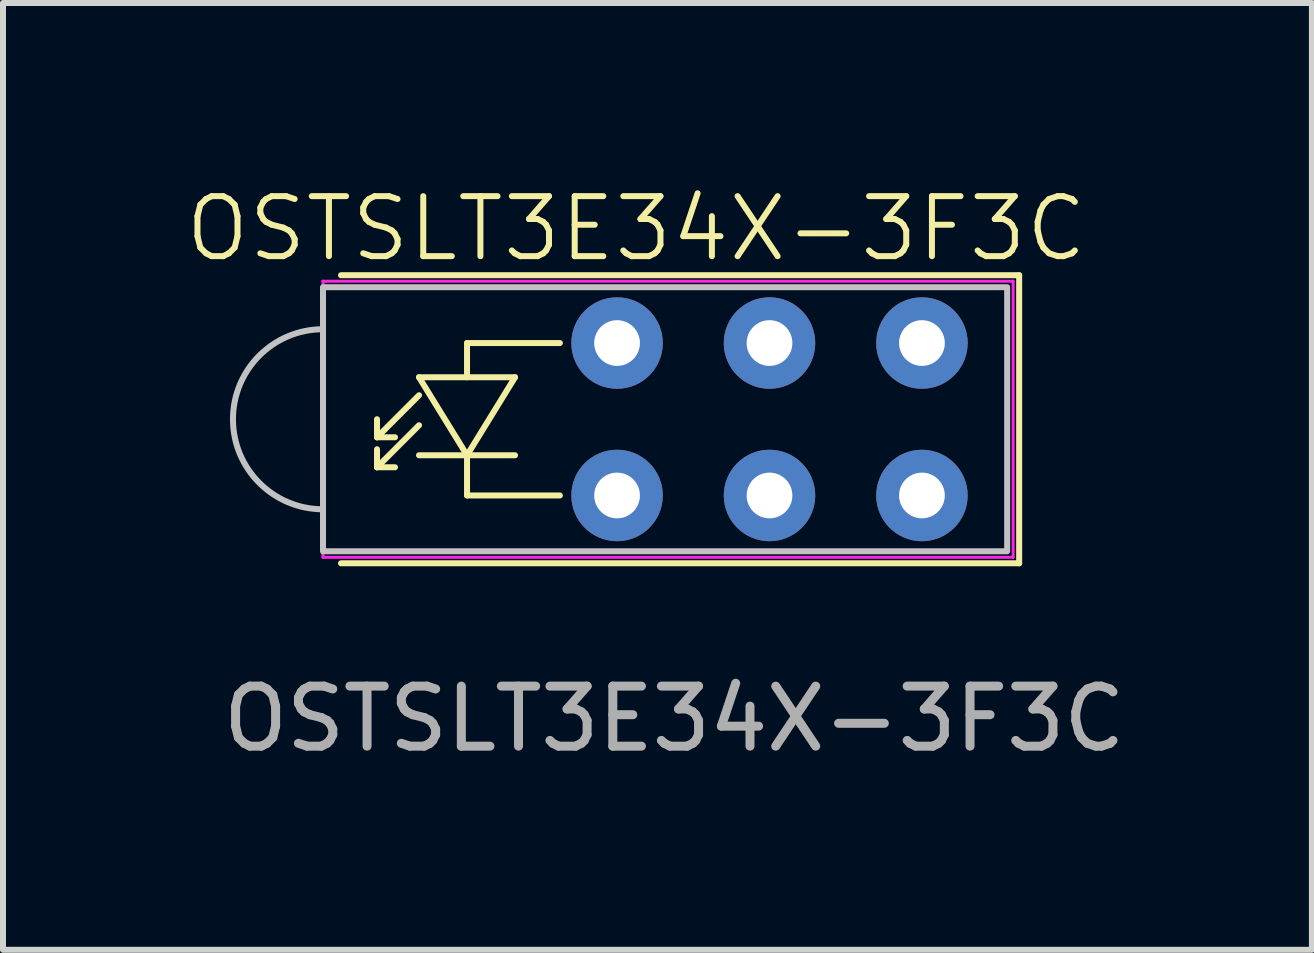
<source format=kicad_pcb>
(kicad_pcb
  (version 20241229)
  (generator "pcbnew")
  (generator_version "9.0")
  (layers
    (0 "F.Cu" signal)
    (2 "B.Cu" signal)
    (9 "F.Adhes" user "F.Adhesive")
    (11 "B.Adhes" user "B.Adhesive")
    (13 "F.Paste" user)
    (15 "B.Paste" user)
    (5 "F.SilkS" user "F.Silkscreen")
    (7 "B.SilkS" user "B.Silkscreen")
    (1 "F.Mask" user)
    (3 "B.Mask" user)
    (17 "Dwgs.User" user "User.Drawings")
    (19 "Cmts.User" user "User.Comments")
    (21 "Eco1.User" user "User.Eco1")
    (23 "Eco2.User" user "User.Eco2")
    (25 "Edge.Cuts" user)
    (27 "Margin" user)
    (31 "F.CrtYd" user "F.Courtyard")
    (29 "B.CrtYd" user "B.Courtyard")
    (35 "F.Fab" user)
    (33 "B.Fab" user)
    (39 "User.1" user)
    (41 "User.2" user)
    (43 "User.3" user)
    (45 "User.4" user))
  (footprint "OSTSLT3E34X-3F3C"
    (layer "F.Cu")
    (at 7.232 3.936)
    (property "Reference" "OSTSLT3E34X-3F3C" (at 0.318 -3.175 0) (unlocked yes) (layer "F.SilkS") (effects (font (size 1 1) (thickness 0.1))))
    (attr through_hole)
    (fp_line (start -4.6 -2.4) (end 6.7 -2.4) (stroke (width 0.1) (type default)) (layer "F.SilkS"))
    (fp_line (start -4 0.3) (end -4 0) (stroke (width 0.1) (type default)) (layer "F.SilkS"))
    (fp_line (start -4 0.3) (end -3.7 0.3) (stroke (width 0.1) (type default)) (layer "F.SilkS"))
    (fp_line (start -4 0.8) (end -4 0.5) (stroke (width 0.1) (type default)) (layer "F.SilkS"))
    (fp_line (start -4 0.8) (end -3.7 0.8) (stroke (width 0.1) (type default)) (layer "F.SilkS"))
    (fp_line (start -3.3 -0.7) (end -1.7 -0.7) (stroke (width 0.1) (type default)) (layer "F.SilkS"))
    (fp_line (start -3.3 -0.4) (end -4 0.3) (stroke (width 0.1) (type default)) (layer "F.SilkS"))
    (fp_line (start -3.3 0.1) (end -4 0.8) (stroke (width 0.1) (type default)) (layer "F.SilkS"))
    (fp_line (start -3.3 0.6) (end -1.7 0.6) (stroke (width 0.1) (type default)) (layer "F.SilkS"))
    (fp_line (start -2.5 -1.27) (end -0.953 -1.27) (stroke (width 0.1) (type default)) (layer "F.SilkS"))
    (fp_line (start -2.5 -0.7) (end -2.5 -1.27) (stroke (width 0.1) (type default)) (layer "F.SilkS"))
    (fp_line (start -2.5 0.6) (end -3.3 -0.7) (stroke (width 0.1) (type default)) (layer "F.SilkS"))
    (fp_line (start -2.5 0.6) (end -2.5 1.27) (stroke (width 0.1) (type default)) (layer "F.SilkS"))
    (fp_line (start -2.5 1.27) (end -0.953 1.27) (stroke (width 0.1) (type default)) (layer "F.SilkS"))
    (fp_line (start -1.7 -0.7) (end -2.5 0.6) (stroke (width 0.1) (type default)) (layer "F.SilkS"))
    (fp_line (start 6.7 -2.4) (end 6.7 2.4) (stroke (width 0.1) (type default)) (layer "F.SilkS"))
    (fp_line (start 6.7 2.4) (end -4.6 2.4) (stroke (width 0.1) (type default)) (layer "F.SilkS"))
    (fp_rect (start -4.9 -2.2) (end 6.5 2.2) (stroke (width 0.1) (type default)) (fill no) (layer "Dwgs.User"))
    (fp_arc (start -4.9 1.5) (mid -6.4 0) (end -4.9 -1.5) (stroke (width 0.1) (type default)) (layer "Dwgs.User"))
    (fp_line (start -4.9 -2.3) (end 6.6 -2.3) (stroke (width 0.05) (type default)) (layer "F.CrtYd"))
    (fp_line (start -4.9 2.3) (end -4.9 -2.3) (stroke (width 0.05) (type default)) (layer "F.CrtYd"))
    (fp_line (start 6.6 -2.3) (end 6.6 2.3) (stroke (width 0.05) (type default)) (layer "F.CrtYd"))
    (fp_line (start 6.6 2.3) (end -4.9 2.3) (stroke (width 0.05) (type default)) (layer "F.CrtYd"))
    (fp_text user "${REFERENCE}" (at 0.953 4.992 0) (unlocked yes) (layer "F.Fab") (effects (font (size 1 1) (thickness 0.15))))
    (pad "1" thru_hole circle (at 0 -1.27) (size 1.524 1.524) (drill 0.762) (layers "*.Cu" "*.Mask"))
    (pad "2" thru_hole circle (at 0 1.27) (size 1.524 1.524) (drill 0.762) (layers "*.Cu" "*.Mask"))
    (pad "3" thru_hole circle (at 2.54 -1.27) (size 1.524 1.524) (drill 0.762) (layers "*.Cu" "*.Mask"))
    (pad "4" thru_hole circle (at 2.54 1.27) (size 1.524 1.524) (drill 0.762) (layers "*.Cu" "*.Mask"))
    (pad "5" thru_hole circle (at 5.08 -1.27) (size 1.524 1.524) (drill 0.762) (layers "*.Cu" "*.Mask"))
    (pad "6" thru_hole circle (at 5.08 1.27) (size 1.524 1.524) (drill 0.762) (layers "*.Cu" "*.Mask")))
  (gr_rect
    (start -3 -3)
    (end 18.81 12.776)
    (stroke (width 0.1) (type default))
    (fill no)
    (layer "Edge.Cuts")))
</source>
